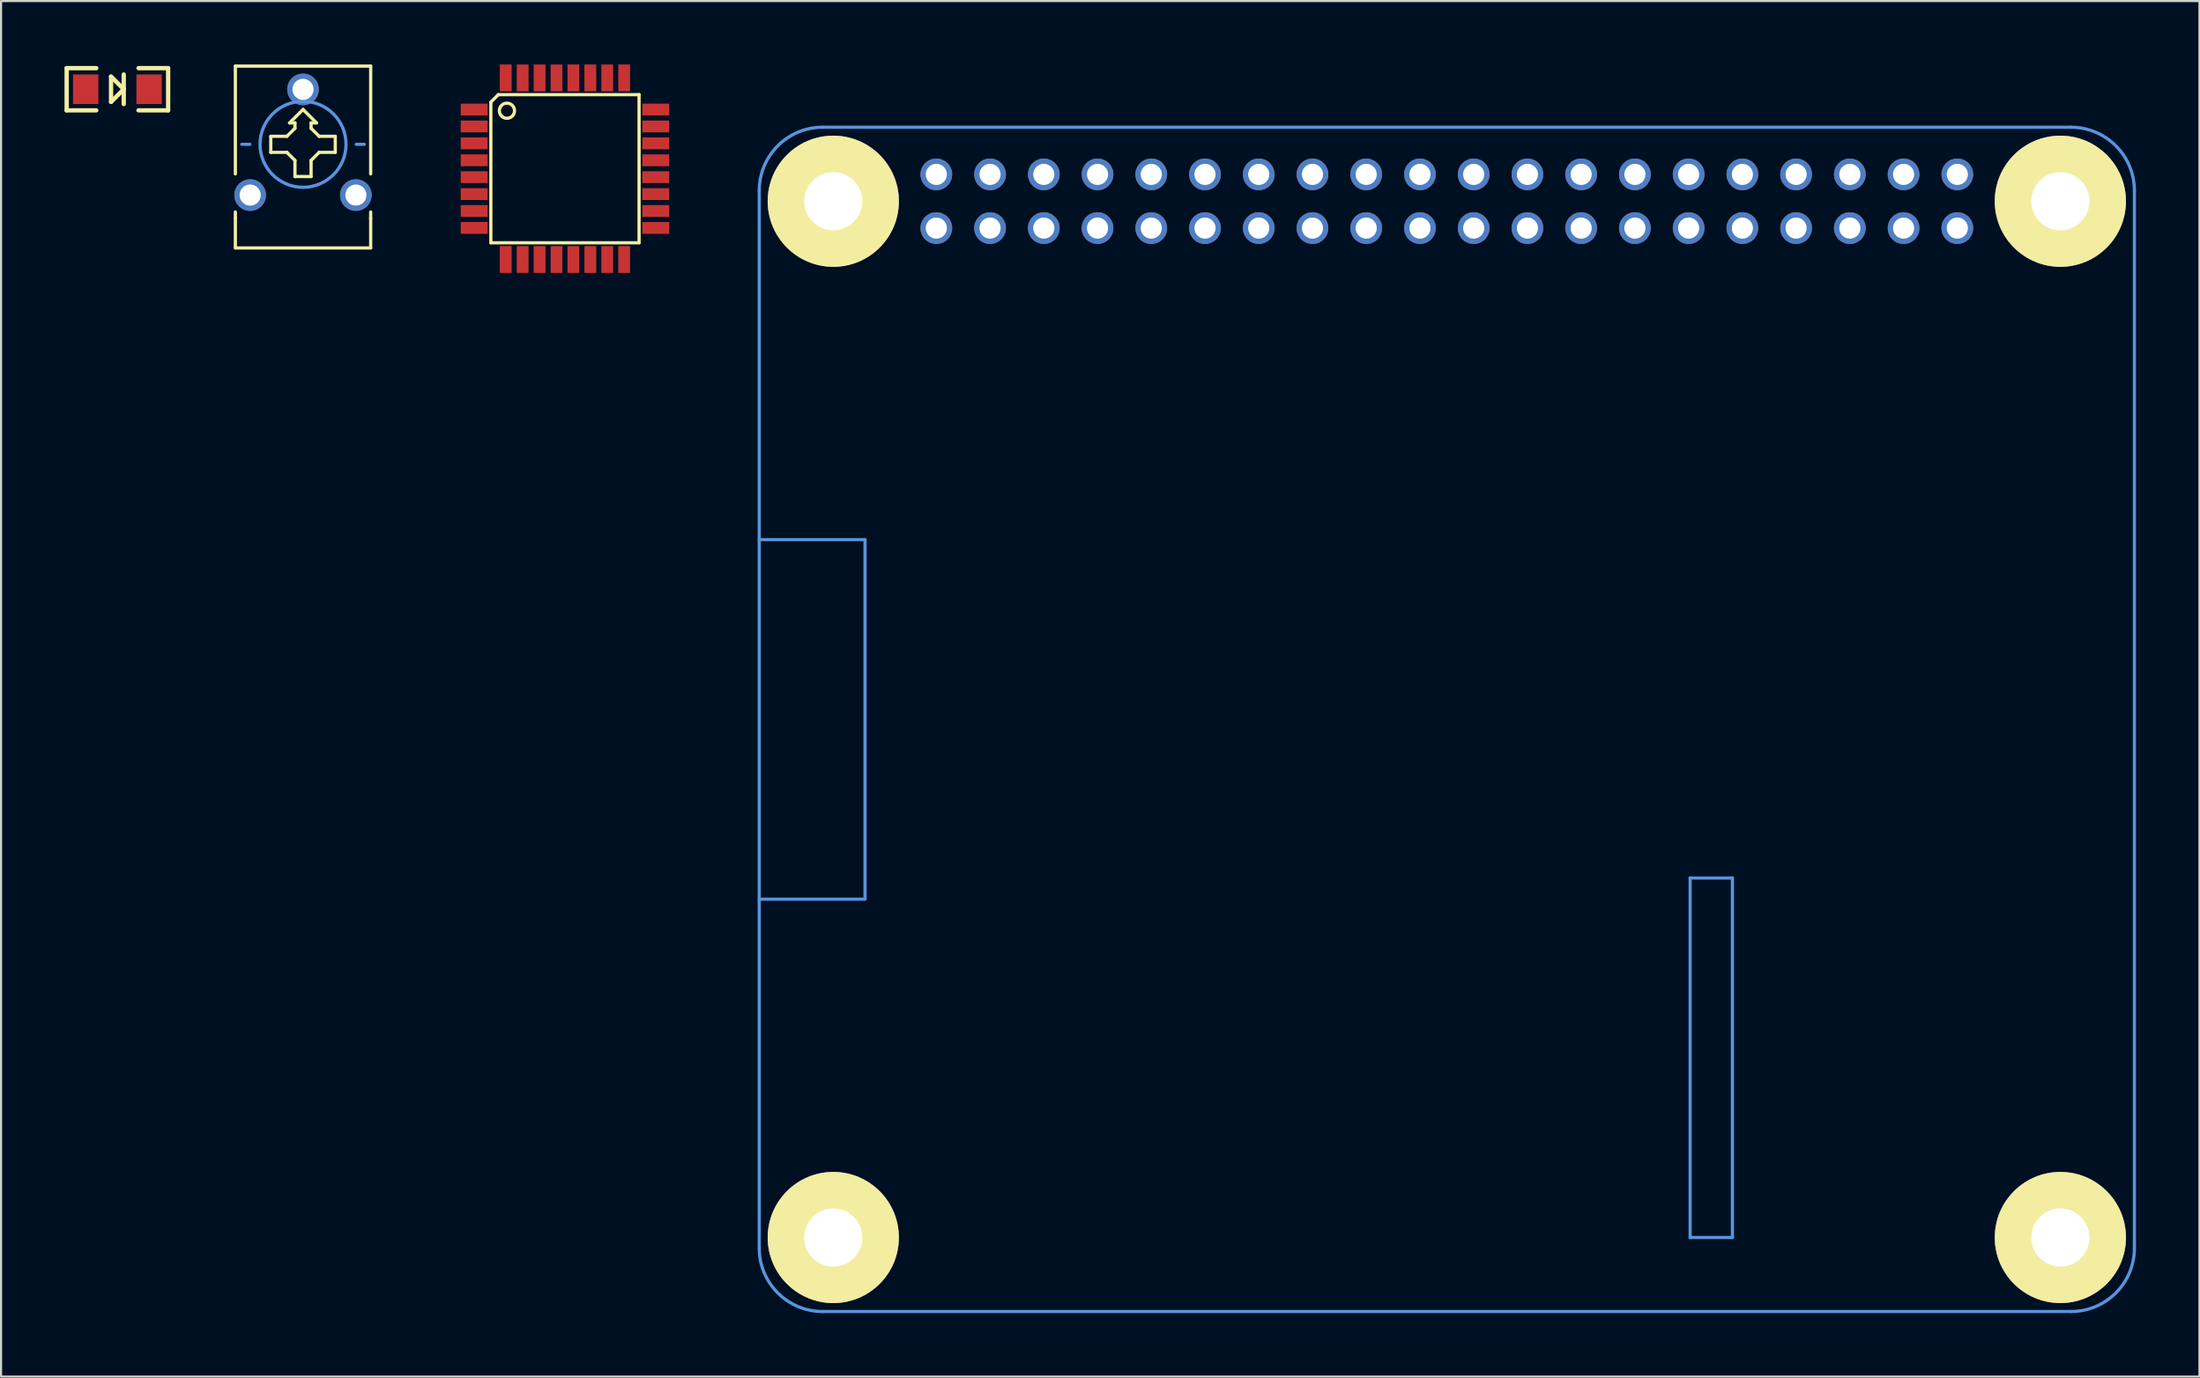
<source format=kicad_pcb>
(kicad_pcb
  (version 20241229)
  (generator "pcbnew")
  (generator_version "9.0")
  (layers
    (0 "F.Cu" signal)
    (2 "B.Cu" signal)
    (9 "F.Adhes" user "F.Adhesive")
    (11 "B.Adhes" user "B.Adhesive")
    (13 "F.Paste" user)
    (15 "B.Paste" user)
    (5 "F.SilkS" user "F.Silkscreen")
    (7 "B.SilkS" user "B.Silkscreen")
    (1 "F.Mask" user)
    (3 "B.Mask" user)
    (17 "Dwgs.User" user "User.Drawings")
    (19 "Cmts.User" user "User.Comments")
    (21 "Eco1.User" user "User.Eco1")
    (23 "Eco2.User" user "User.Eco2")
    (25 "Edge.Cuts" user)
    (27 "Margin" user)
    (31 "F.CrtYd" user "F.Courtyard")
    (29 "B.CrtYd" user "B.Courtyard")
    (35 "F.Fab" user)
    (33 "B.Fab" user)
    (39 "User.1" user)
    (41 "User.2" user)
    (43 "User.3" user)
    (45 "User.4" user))
  (footprint "LED-1206"
    (layer "F.Cu")
    (at 2.499 1.17)
    (property "Reference" "LED-1206" (at 0 -1 0) (layer "Eco1.User") (effects (font (size 0.2 0.2) (thickness 0.03))))
    (attr through_hole)
    (fp_line (start -2.398 -0.998) (end -2.398 0.998) (stroke (width 0.203) (type solid)) (layer "F.SilkS"))
    (fp_line (start -2.398 0.998) (end -0.998 0.998) (stroke (width 0.203) (type solid)) (layer "F.SilkS"))
    (fp_line (start -0.998 -0.998) (end -2.398 -0.998) (stroke (width 0.203) (type solid)) (layer "F.SilkS"))
    (fp_line (start -0.3 -0.599) (end -0.3 0.599) (stroke (width 0.203) (type solid)) (layer "F.SilkS"))
    (fp_line (start -0.3 0.599) (end 0.3 0) (stroke (width 0.203) (type solid)) (layer "F.SilkS"))
    (fp_line (start 0.3 -0.699) (end 0.3 0) (stroke (width 0.203) (type solid)) (layer "F.SilkS"))
    (fp_line (start 0.3 0) (end -0.3 -0.599) (stroke (width 0.203) (type solid)) (layer "F.SilkS"))
    (fp_line (start 0.3 0) (end 0.3 0.699) (stroke (width 0.203) (type solid)) (layer "F.SilkS"))
    (fp_line (start 0.998 -0.998) (end 2.398 -0.998) (stroke (width 0.203) (type solid)) (layer "F.SilkS"))
    (fp_line (start 2.398 -0.998) (end 2.398 0.998) (stroke (width 0.203) (type solid)) (layer "F.SilkS"))
    (fp_line (start 2.398 0.998) (end 0.998 0.998) (stroke (width 0.203) (type solid)) (layer "F.SilkS"))
    (pad "A" smd rect (at -1.499 0) (size 1.199 1.4) (layers "F.Cu" "F.Mask" "F.Paste"))
    (pad "K" smd rect (at 1.499 0) (size 1.199 1.4) (layers "F.Cu" "F.Mask" "F.Paste")))
  (footprint "QFP32_7mm_0.8mm"
    (layer "F.Cu")
    (at 23.654 4.928)
    (property "Reference" "QFP32_7mm_0.8mm" (at 0 -1.05 0) (layer "Eco1.User") (effects (font (size 0.8 0.8) (thickness 0.125))))
    (attr through_hole)
    (fp_line (start -3.503 3.503) (end -3.503 -3.15) (stroke (width 0.152) (type solid)) (layer "F.SilkS"))
    (fp_line (start -3.15 -3.503) (end -3.503 -3.15) (stroke (width 0.152) (type solid)) (layer "F.SilkS"))
    (fp_line (start -3.15 -3.503) (end 3.503 -3.503) (stroke (width 0.152) (type solid)) (layer "F.SilkS"))
    (fp_line (start 3.503 -3.503) (end 3.503 3.503) (stroke (width 0.152) (type solid)) (layer "F.SilkS"))
    (fp_line (start 3.503 3.503) (end -3.503 3.503) (stroke (width 0.152) (type solid)) (layer "F.SilkS"))
    (fp_circle (center -2.743 -2.743) (end -2.385 -2.743) (stroke (width 0.152) (type solid)) (fill no) (layer "F.SilkS"))
    (pad "1" smd rect (at -4.293 -2.799) (size 1.27 0.559) (layers "F.Cu" "F.Mask" "F.Paste"))
    (pad "2" smd rect (at -4.293 -1.999) (size 1.27 0.559) (layers "F.Cu" "F.Mask" "F.Paste"))
    (pad "3" smd rect (at -4.293 -1.199) (size 1.27 0.559) (layers "F.Cu" "F.Mask" "F.Paste"))
    (pad "4" smd rect (at -4.293 -0.399) (size 1.27 0.559) (layers "F.Cu" "F.Mask" "F.Paste"))
    (pad "5" smd rect (at -4.293 0.399) (size 1.27 0.559) (layers "F.Cu" "F.Mask" "F.Paste"))
    (pad "6" smd rect (at -4.293 1.199) (size 1.27 0.559) (layers "F.Cu" "F.Mask" "F.Paste"))
    (pad "7" smd rect (at -4.293 1.999) (size 1.27 0.559) (layers "F.Cu" "F.Mask" "F.Paste"))
    (pad "8" smd rect (at -4.293 2.799) (size 1.27 0.559) (layers "F.Cu" "F.Mask" "F.Paste"))
    (pad "9" smd rect (at -2.799 4.293) (size 0.559 1.27) (layers "F.Cu" "F.Mask" "F.Paste"))
    (pad "10" smd rect (at -1.999 4.293) (size 0.559 1.27) (layers "F.Cu" "F.Mask" "F.Paste"))
    (pad "11" smd rect (at -1.199 4.293) (size 0.559 1.27) (layers "F.Cu" "F.Mask" "F.Paste"))
    (pad "12" smd rect (at -0.399 4.293) (size 0.559 1.27) (layers "F.Cu" "F.Mask" "F.Paste"))
    (pad "13" smd rect (at 0.399 4.293) (size 0.559 1.27) (layers "F.Cu" "F.Mask" "F.Paste"))
    (pad "14" smd rect (at 1.199 4.293) (size 0.559 1.27) (layers "F.Cu" "F.Mask" "F.Paste"))
    (pad "15" smd rect (at 1.999 4.293) (size 0.559 1.27) (layers "F.Cu" "F.Mask" "F.Paste"))
    (pad "16" smd rect (at 2.799 4.293) (size 0.559 1.27) (layers "F.Cu" "F.Mask" "F.Paste"))
    (pad "17" smd rect (at 4.293 2.799) (size 1.27 0.559) (layers "F.Cu" "F.Mask" "F.Paste"))
    (pad "18" smd rect (at 4.293 1.999) (size 1.27 0.559) (layers "F.Cu" "F.Mask" "F.Paste"))
    (pad "19" smd rect (at 4.293 1.199) (size 1.27 0.559) (layers "F.Cu" "F.Mask" "F.Paste"))
    (pad "20" smd rect (at 4.293 0.399) (size 1.27 0.559) (layers "F.Cu" "F.Mask" "F.Paste"))
    (pad "21" smd rect (at 4.293 -0.399) (size 1.27 0.559) (layers "F.Cu" "F.Mask" "F.Paste"))
    (pad "22" smd rect (at 4.293 -1.199) (size 1.27 0.559) (layers "F.Cu" "F.Mask" "F.Paste"))
    (pad "23" smd rect (at 4.293 -1.999) (size 1.27 0.559) (layers "F.Cu" "F.Mask" "F.Paste"))
    (pad "24" smd rect (at 4.293 -2.799) (size 1.27 0.559) (layers "F.Cu" "F.Mask" "F.Paste"))
    (pad "25" smd rect (at 2.799 -4.293) (size 0.559 1.27) (layers "F.Cu" "F.Mask" "F.Paste"))
    (pad "26" smd rect (at 1.999 -4.293) (size 0.559 1.27) (layers "F.Cu" "F.Mask" "F.Paste"))
    (pad "27" smd rect (at 1.199 -4.293) (size 0.559 1.27) (layers "F.Cu" "F.Mask" "F.Paste"))
    (pad "28" smd rect (at 0.399 -4.293) (size 0.559 1.27) (layers "F.Cu" "F.Mask" "F.Paste"))
    (pad "29" smd rect (at -0.399 -4.293) (size 0.559 1.27) (layers "F.Cu" "F.Mask" "F.Paste"))
    (pad "30" smd rect (at -1.199 -4.293) (size 0.559 1.27) (layers "F.Cu" "F.Mask" "F.Paste"))
    (pad "31" smd rect (at -1.999 -4.293) (size 0.559 1.27) (layers "F.Cu" "F.Mask" "F.Paste"))
    (pad "32" smd rect (at -2.799 -4.293) (size 0.559 1.27) (layers "F.Cu" "F.Mask" "F.Paste")))
  (footprint "RASPBERRY_PI_HAT"
    (layer "F.Cu")
    (at 65.337 6.466)
    (property "Reference" "RASPBERRY_PI_HAT" (at -3 -5.5 180) (layer "Eco1.User") (effects (font (size 1.27 1.27) (thickness 0.127))))
    (attr through_hole)
    (fp_line (start -32.5 33) (end -27.5 33) (stroke (width 0.15) (type solid)) (layer "Cmts.User"))
    (fp_line (start -32.5 49.5) (end -32.5 -0.5) (stroke (width 0.15) (type solid)) (layer "Cmts.User"))
    (fp_line (start -27.5 16) (end -32.5 16) (stroke (width 0.15) (type solid)) (layer "Cmts.User"))
    (fp_line (start -27.5 33) (end -27.5 16) (stroke (width 0.15) (type solid)) (layer "Cmts.User"))
    (fp_line (start 11.5 32) (end 11.5 49) (stroke (width 0.15) (type solid)) (layer "Cmts.User"))
    (fp_line (start 11.5 49) (end 13.5 49) (stroke (width 0.15) (type solid)) (layer "Cmts.User"))
    (fp_line (start 13.5 32) (end 11.5 32) (stroke (width 0.15) (type solid)) (layer "Cmts.User"))
    (fp_line (start 13.5 49) (end 13.5 32) (stroke (width 0.15) (type solid)) (layer "Cmts.User"))
    (fp_line (start 29.5 -3.5) (end -29.5 -3.5) (stroke (width 0.15) (type solid)) (layer "Cmts.User"))
    (fp_line (start 29.5 52.5) (end -29.5 52.5) (stroke (width 0.15) (type solid)) (layer "Cmts.User"))
    (fp_line (start 32.5 -0.5) (end 32.5 49.5) (stroke (width 0.15) (type solid)) (layer "Cmts.User"))
    (fp_arc (start -32.5 -0.5) (mid -31.62132 -2.62132) (end -29.5 -3.5) (stroke (width 0.15) (type solid)) (layer "Cmts.User"))
    (fp_arc (start -29.5 52.5) (mid -31.62132 51.62132) (end -32.5 49.5) (stroke (width 0.15) (type solid)) (layer "Cmts.User"))
    (fp_arc (start 29.5 -3.5) (mid 31.62132 -2.62132) (end 32.5 -0.5) (stroke (width 0.15) (type solid)) (layer "Cmts.User"))
    (fp_arc (start 32.5 49.5) (mid 31.62132 51.62132) (end 29.5 52.5) (stroke (width 0.15) (type solid)) (layer "Cmts.User"))
    (fp_text user "1" (at -24.13 3.81 0) (layer "Eco1.User") (effects (font (size 1.016 1.016) (thickness 0.163))))
    (pad "" np_thru_hole circle (at -29 0) (size 6.2 6.2) (drill 2.75) (layers "*.Cu" "*.Mask" "F.SilkS"))
    (pad "" np_thru_hole circle (at -29 49) (size 6.2 6.2) (drill 2.75) (layers "*.Cu" "*.Mask" "F.SilkS"))
    (pad "" np_thru_hole circle (at 29 0) (size 6.2 6.2) (drill 2.75) (layers "*.Cu" "*.Mask" "F.SilkS"))
    (pad "" np_thru_hole circle (at 29 49) (size 6.2 6.2) (drill 2.75) (layers "*.Cu" "*.Mask" "F.SilkS"))
    (pad "1" thru_hole oval (at -24.13 1.27) (size 1.5 1.5) (drill 1) (layers "*.Cu" "*.Mask"))
    (pad "2" thru_hole oval (at -24.13 -1.27) (size 1.5 1.5) (drill 1) (layers "*.Cu" "*.Mask"))
    (pad "3" thru_hole oval (at -21.59 1.27) (size 1.5 1.5) (drill 1) (layers "*.Cu" "*.Mask"))
    (pad "4" thru_hole oval (at -21.59 -1.27) (size 1.5 1.5) (drill 1) (layers "*.Cu" "*.Mask"))
    (pad "5" thru_hole oval (at -19.05 1.27) (size 1.5 1.5) (drill 1) (layers "*.Cu" "*.Mask"))
    (pad "6" thru_hole oval (at -19.05 -1.27) (size 1.5 1.5) (drill 1) (layers "*.Cu" "*.Mask"))
    (pad "7" thru_hole oval (at -16.51 1.27) (size 1.5 1.5) (drill 1) (layers "*.Cu" "*.Mask"))
    (pad "8" thru_hole oval (at -16.51 -1.27) (size 1.5 1.5) (drill 1) (layers "*.Cu" "*.Mask"))
    (pad "9" thru_hole oval (at -13.97 1.27) (size 1.5 1.5) (drill 1) (layers "*.Cu" "*.Mask"))
    (pad "10" thru_hole oval (at -13.97 -1.27) (size 1.5 1.5) (drill 1) (layers "*.Cu" "*.Mask"))
    (pad "11" thru_hole oval (at -11.43 1.27) (size 1.5 1.5) (drill 1) (layers "*.Cu" "*.Mask"))
    (pad "12" thru_hole oval (at -11.43 -1.27) (size 1.5 1.5) (drill 1) (layers "*.Cu" "*.Mask"))
    (pad "13" thru_hole oval (at -8.89 1.27) (size 1.5 1.5) (drill 1) (layers "*.Cu" "*.Mask"))
    (pad "14" thru_hole oval (at -8.89 -1.27) (size 1.5 1.5) (drill 1) (layers "*.Cu" "*.Mask"))
    (pad "15" thru_hole oval (at -6.35 1.27) (size 1.5 1.5) (drill 1) (layers "*.Cu" "*.Mask"))
    (pad "16" thru_hole oval (at -6.35 -1.27) (size 1.5 1.5) (drill 1) (layers "*.Cu" "*.Mask"))
    (pad "17" thru_hole oval (at -3.81 1.27) (size 1.5 1.5) (drill 1) (layers "*.Cu" "*.Mask"))
    (pad "18" thru_hole oval (at -3.81 -1.27) (size 1.5 1.5) (drill 1) (layers "*.Cu" "*.Mask"))
    (pad "19" thru_hole oval (at -1.27 1.27) (size 1.5 1.5) (drill 1) (layers "*.Cu" "*.Mask"))
    (pad "20" thru_hole oval (at -1.27 -1.27) (size 1.5 1.5) (drill 1) (layers "*.Cu" "*.Mask"))
    (pad "21" thru_hole oval (at 1.27 1.27) (size 1.5 1.5) (drill 1) (layers "*.Cu" "*.Mask"))
    (pad "22" thru_hole oval (at 1.27 -1.27) (size 1.5 1.5) (drill 1) (layers "*.Cu" "*.Mask"))
    (pad "23" thru_hole oval (at 3.81 1.27) (size 1.5 1.5) (drill 1) (layers "*.Cu" "*.Mask"))
    (pad "24" thru_hole oval (at 3.81 -1.27) (size 1.5 1.5) (drill 1) (layers "*.Cu" "*.Mask"))
    (pad "25" thru_hole oval (at 6.35 1.27) (size 1.5 1.5) (drill 1) (layers "*.Cu" "*.Mask"))
    (pad "26" thru_hole oval (at 6.35 -1.27) (size 1.5 1.5) (drill 1) (layers "*.Cu" "*.Mask"))
    (pad "27" thru_hole oval (at 8.89 1.27) (size 1.5 1.5) (drill 1) (layers "*.Cu" "*.Mask"))
    (pad "28" thru_hole oval (at 8.89 -1.27) (size 1.5 1.5) (drill 1) (layers "*.Cu" "*.Mask"))
    (pad "29" thru_hole oval (at 11.43 1.27) (size 1.5 1.5) (drill 1) (layers "*.Cu" "*.Mask"))
    (pad "30" thru_hole oval (at 11.43 -1.27) (size 1.5 1.5) (drill 1) (layers "*.Cu" "*.Mask"))
    (pad "31" thru_hole oval (at 13.97 1.27) (size 1.5 1.5) (drill 1) (layers "*.Cu" "*.Mask"))
    (pad "32" thru_hole oval (at 13.97 -1.27) (size 1.5 1.5) (drill 1) (layers "*.Cu" "*.Mask"))
    (pad "33" thru_hole oval (at 16.51 1.27) (size 1.5 1.5) (drill 1) (layers "*.Cu" "*.Mask"))
    (pad "34" thru_hole oval (at 16.51 -1.27) (size 1.5 1.5) (drill 1) (layers "*.Cu" "*.Mask"))
    (pad "35" thru_hole oval (at 19.05 1.27) (size 1.5 1.5) (drill 1) (layers "*.Cu" "*.Mask"))
    (pad "36" thru_hole oval (at 19.05 -1.27) (size 1.5 1.5) (drill 1) (layers "*.Cu" "*.Mask"))
    (pad "37" thru_hole oval (at 21.59 1.27) (size 1.5 1.5) (drill 1) (layers "*.Cu" "*.Mask"))
    (pad "38" thru_hole oval (at 21.59 -1.27) (size 1.5 1.5) (drill 1) (layers "*.Cu" "*.Mask"))
    (pad "39" thru_hole oval (at 24.13 1.27) (size 1.5 1.5) (drill 1) (layers "*.Cu" "*.Mask"))
    (pad "40" thru_hole oval (at 24.13 -1.27) (size 1.5 1.5) (drill 1) (layers "*.Cu" "*.Mask")))
  (footprint "POT_TRIM_PTH"
    (layer "F.Cu")
    (at 11.273 3.675)
    (property "Reference" "POT_TRIM_PTH" (at 0 0.1 0) (layer "Eco1.User") (effects (font (size 0.6 0.6) (thickness 0.1))))
    (attr through_hole)
    (fp_line (start -3.198 -3.599) (end -3.198 1.499) (stroke (width 0.152) (type solid)) (layer "F.SilkS"))
    (fp_line (start -3.198 -3.599) (end 3.198 -3.599) (stroke (width 0.152) (type solid)) (layer "F.SilkS"))
    (fp_line (start -3.198 3.299) (end -3.198 3.599) (stroke (width 0.152) (type solid)) (layer "F.SilkS"))
    (fp_line (start -3.198 3.599) (end -3.198 4.999) (stroke (width 0.152) (type solid)) (layer "F.SilkS"))
    (fp_line (start -3.198 4.999) (end 3.198 4.999) (stroke (width 0.152) (type solid)) (layer "F.SilkS"))
    (fp_line (start -1.524 -0.279) (end -1.524 0.48) (stroke (width 0.152) (type solid)) (layer "F.SilkS"))
    (fp_line (start -1.524 0.48) (end -0.762 0.48) (stroke (width 0.152) (type solid)) (layer "F.SilkS"))
    (fp_line (start -0.762 -0.279) (end -1.524 -0.279) (stroke (width 0.152) (type solid)) (layer "F.SilkS"))
    (fp_line (start -0.635 -0.914) (end -0.381 -0.914) (stroke (width 0.152) (type solid)) (layer "F.SilkS"))
    (fp_line (start -0.381 -0.914) (end -0.381 -0.66) (stroke (width 0.152) (type solid)) (layer "F.SilkS"))
    (fp_line (start -0.381 -0.66) (end -0.762 -0.279) (stroke (width 0.152) (type solid)) (layer "F.SilkS"))
    (fp_line (start -0.381 0.861) (end -0.762 0.48) (stroke (width 0.152) (type solid)) (layer "F.SilkS"))
    (fp_line (start -0.381 0.861) (end -0.381 1.623) (stroke (width 0.152) (type solid)) (layer "F.SilkS"))
    (fp_line (start -0.381 1.623) (end 0.381 1.623) (stroke (width 0.152) (type solid)) (layer "F.SilkS"))
    (fp_line (start 0 -1.549) (end -0.635 -0.914) (stroke (width 0.152) (type solid)) (layer "F.SilkS"))
    (fp_line (start 0.381 -0.914) (end 0.635 -0.914) (stroke (width 0.152) (type solid)) (layer "F.SilkS"))
    (fp_line (start 0.381 -0.66) (end 0.381 -0.914) (stroke (width 0.152) (type solid)) (layer "F.SilkS"))
    (fp_line (start 0.381 0.861) (end 0.762 0.48) (stroke (width 0.152) (type solid)) (layer "F.SilkS"))
    (fp_line (start 0.381 1.623) (end 0.381 0.861) (stroke (width 0.152) (type solid)) (layer "F.SilkS"))
    (fp_line (start 0.635 -0.914) (end 0 -1.549) (stroke (width 0.152) (type solid)) (layer "F.SilkS"))
    (fp_line (start 0.762 -0.279) (end 0.381 -0.66) (stroke (width 0.152) (type solid)) (layer "F.SilkS"))
    (fp_line (start 0.762 0.48) (end 1.524 0.48) (stroke (width 0.152) (type solid)) (layer "F.SilkS"))
    (fp_line (start 1.524 -0.279) (end 0.762 -0.279) (stroke (width 0.152) (type solid)) (layer "F.SilkS"))
    (fp_line (start 1.524 0.48) (end 1.524 -0.279) (stroke (width 0.152) (type solid)) (layer "F.SilkS"))
    (fp_line (start 3.198 1.499) (end 3.198 -3.599) (stroke (width 0.152) (type solid)) (layer "F.SilkS"))
    (fp_line (start 3.198 3.599) (end 3.198 3.299) (stroke (width 0.152) (type solid)) (layer "F.SilkS"))
    (fp_line (start 3.198 3.599) (end 3.198 4.999) (stroke (width 0.152) (type solid)) (layer "F.SilkS"))
    (fp_line (start -2.515 0.099) (end -2.896 0.099) (stroke (width 0.152) (type solid)) (layer "Cmts.User"))
    (fp_line (start 2.515 0.099) (end 2.896 0.099) (stroke (width 0.152) (type solid)) (layer "Cmts.User"))
    (fp_circle (center 0 0.099) (end 2.032 0.099) (stroke (width 0.152) (type solid)) (fill no) (layer "Cmts.User"))
    (pad "1" thru_hole oval (at -2.499 2.499) (size 1.496 1.496) (drill 0.998) (layers "*.Cu" "*.Mask"))
    (pad "2" thru_hole oval (at 2.499 2.499) (size 1.496 1.496) (drill 0.998) (layers "*.Cu" "*.Mask"))
    (pad "W" thru_hole oval (at 0 -2.499) (size 1.496 1.496) (drill 0.998) (layers "*.Cu" "*.Mask")))
  (gr_rect
    (start -3 -3)
    (end 100.912 62.041)
    (stroke (width 0.1) (type default))
    (fill no)
    (layer "Edge.Cuts")))
</source>
